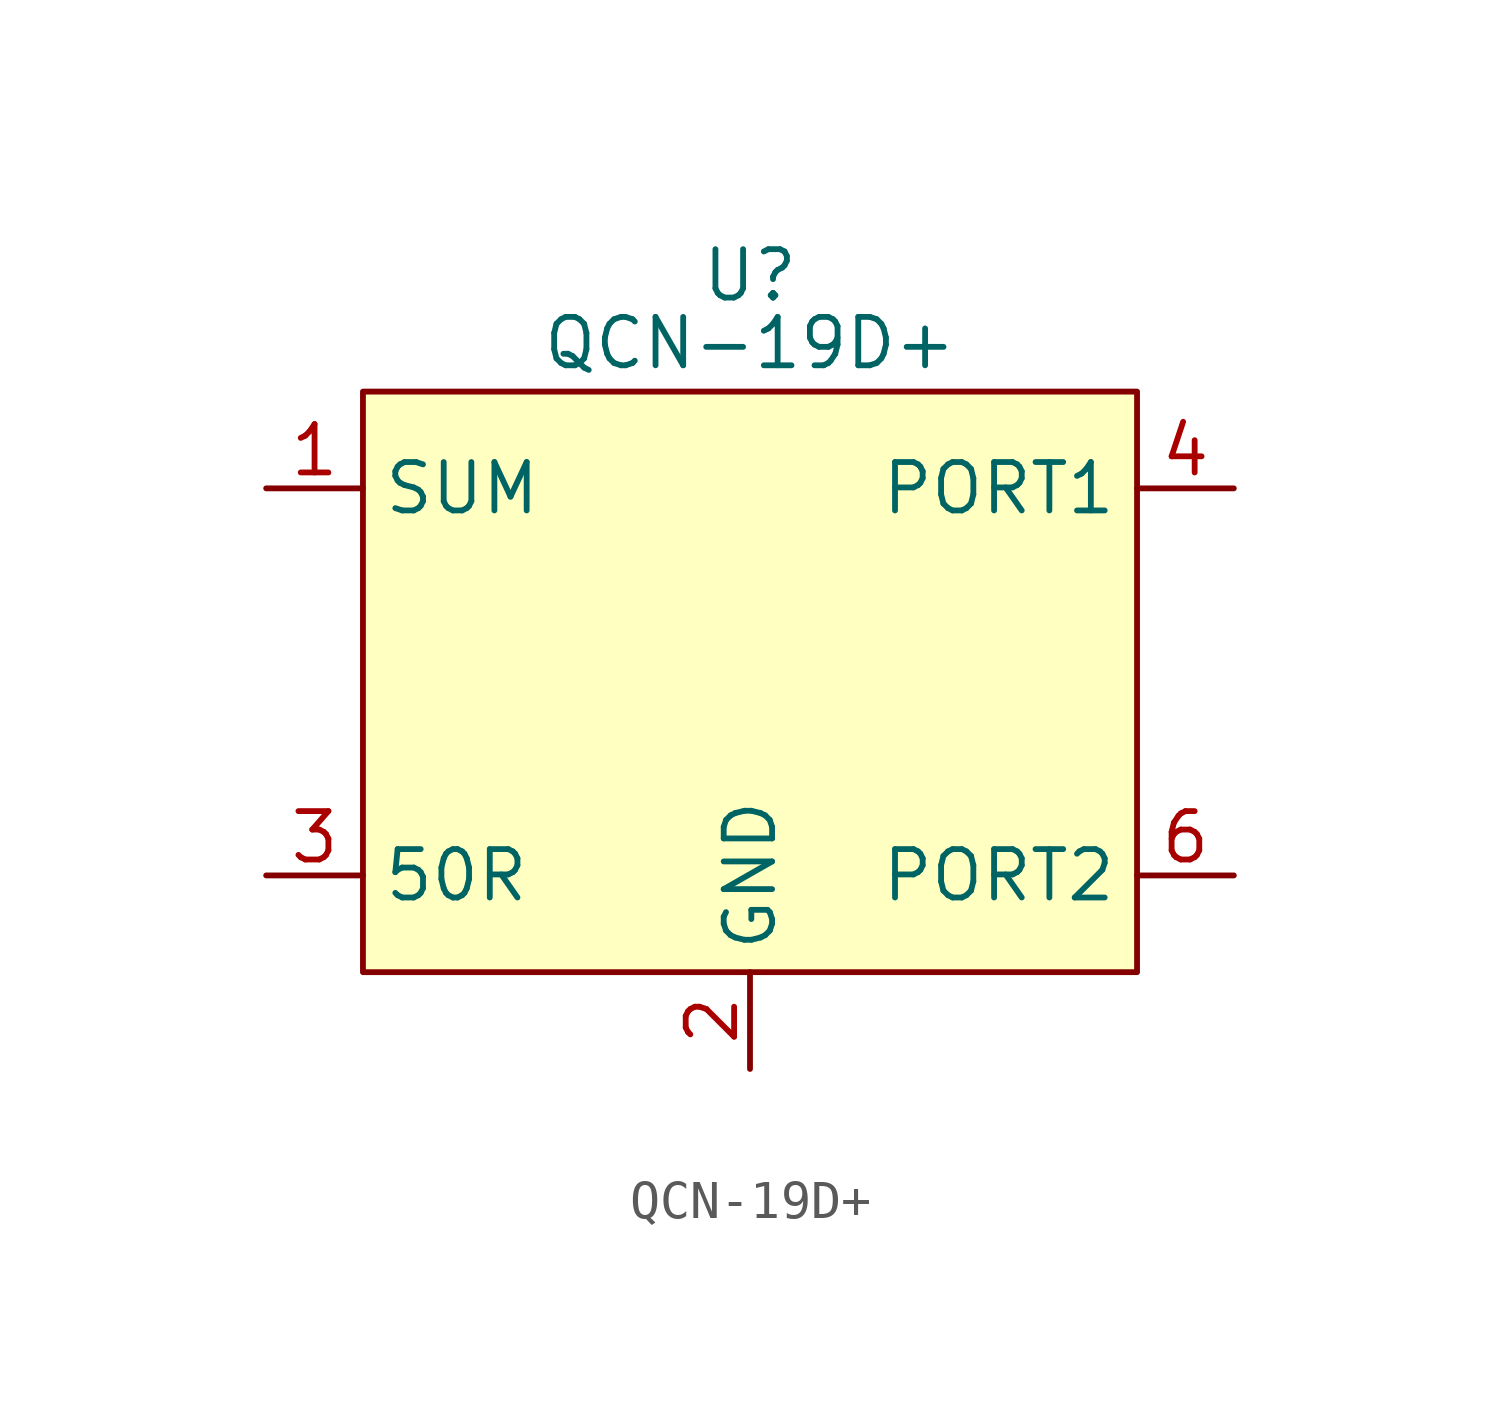
<source format=kicad_sym>
(kicad_symbol_lib
  (version 20231120)
  (generator "kicad_symbol_editor")
  (generator_version "8.0")
  (symbol "QCN-19D+"
    (property "Reference" "U"
      (at 0 10.668 0)
      (do_not_autoplace)
      (effects (font (size 1.27 1.27))))
    (property "Value" "QCN-19D+"
      (at 0 8.89 0)
      (do_not_autoplace)
      (effects (font (size 1.27 1.27))))
    (symbol "QCN-19D+_0_0"
      (pin passive line (at -12.7 5.08 0) (length 2.54) (name "SUM" (effects (font (size 1.27 1.27)))) (number "1" (effects (font (size 1.27 1.27)))))
      (pin passive line (at 0 -10.16 90) (length 2.54) (name "GND" (effects (font (size 1.27 1.27)))) (number "2" (effects (font (size 1.27 1.27)))))
      (pin passive line (at -12.7 -5.08 0) (length 2.54) (name "50R" (effects (font (size 1.27 1.27)))) (number "3" (effects (font (size 1.27 1.27)))))
      (pin passive line (at 12.7 5.08 180) (length 2.54) (name "PORT1" (effects (font (size 1.27 1.27)))) (number "4" (effects (font (size 1.27 1.27)))))
      (pin passive line (at 12.7 -5.08 180) (length 2.54) (name "PORT2" (effects (font (size 1.27 1.27)))) (number "6" (effects (font (size 1.27 1.27))))))
    (symbol "QCN-19D+_1_0"
      (pin passive line (at 0 -10.16 90) (length 2.54) hide (name "GND" (effects (font (size 1.27 1.27)))) (number "5" (effects (font (size 1.27 1.27))))))
    (symbol "QCN-19D+_1_1"
      (rectangle (start -10.16 7.62) (end 10.16 -7.62) (stroke (width 0) (type default)) (fill (type background))))))
</source>
